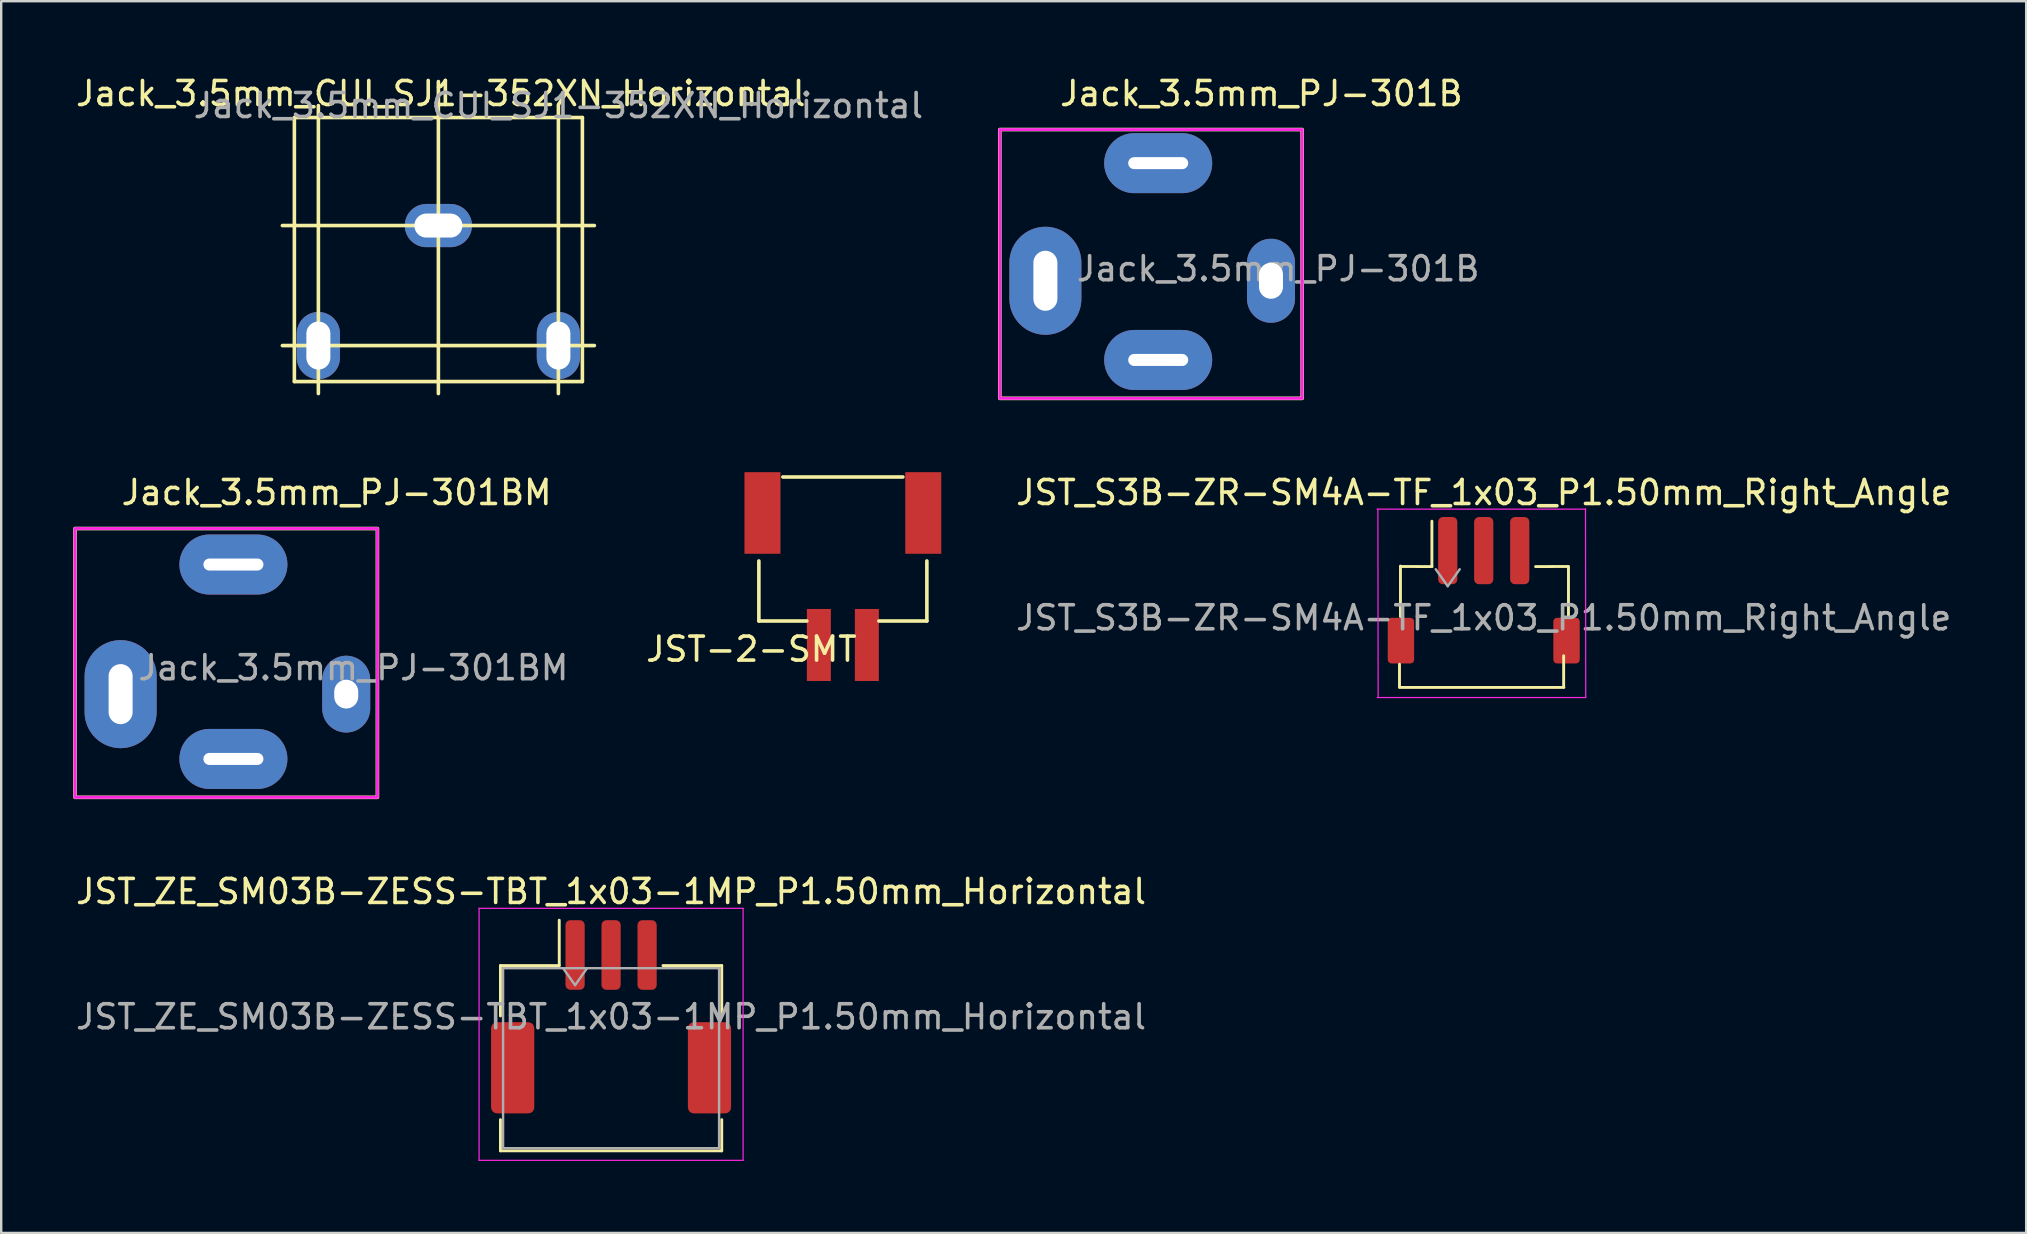
<source format=kicad_pcb>
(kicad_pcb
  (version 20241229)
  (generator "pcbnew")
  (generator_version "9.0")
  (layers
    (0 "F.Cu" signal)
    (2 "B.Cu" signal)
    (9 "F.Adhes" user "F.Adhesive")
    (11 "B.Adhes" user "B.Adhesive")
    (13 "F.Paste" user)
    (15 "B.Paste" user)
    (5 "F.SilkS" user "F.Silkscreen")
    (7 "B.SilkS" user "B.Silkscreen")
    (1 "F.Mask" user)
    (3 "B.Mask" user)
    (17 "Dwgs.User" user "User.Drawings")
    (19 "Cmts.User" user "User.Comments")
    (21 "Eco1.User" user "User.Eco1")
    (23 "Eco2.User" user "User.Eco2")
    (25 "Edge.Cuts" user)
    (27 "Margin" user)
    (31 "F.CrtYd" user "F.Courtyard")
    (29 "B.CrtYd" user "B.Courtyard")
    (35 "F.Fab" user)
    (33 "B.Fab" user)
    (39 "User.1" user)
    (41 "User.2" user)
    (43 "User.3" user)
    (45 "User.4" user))
  (footprint "JST_S3B-ZR-SM4A-TF_1x03_P1.50mm_Right_Angle"
    (layer "F.Cu")
    (at 58.77 22.692)
    (property "Reference" "JST_S3B-ZR-SM4A-TF_1x03_P1.50mm_Right_Angle" (at 0 -5.22 0) (layer "F.SilkS") (effects (font (size 1 1) (thickness 0.15))))
    (attr smd)
    (fp_line (start -3.51 1.93) (end -3.51 2.88) (stroke (width 0.12) (type solid)) (layer "F.SilkS"))
    (fp_line (start -3.51 2.9) (end 3.34 2.9) (stroke (width 0.12) (type solid)) (layer "F.SilkS"))
    (fp_line (start -3.47 -0.055) (end -3.47 -2.155) (stroke (width 0.12) (type solid)) (layer "F.SilkS"))
    (fp_line (start -3.46 -2.14) (end -2.16 -2.135) (stroke (width 0.12) (type solid)) (layer "F.SilkS"))
    (fp_line (start -2.16 -2.135) (end -2.16 -4.025) (stroke (width 0.12) (type solid)) (layer "F.SilkS"))
    (fp_line (start 3.33 2.88) (end 3.33 1.58) (stroke (width 0.12) (type solid)) (layer "F.SilkS"))
    (fp_line (start 3.53 -2.14) (end 2.16 -2.135) (stroke (width 0.12) (type solid)) (layer "F.SilkS"))
    (fp_line (start 3.53 -0.02) (end 3.53 -2.12) (stroke (width 0.12) (type solid)) (layer "F.SilkS"))
    (fp_line (start -4.44 3.32) (end 4.25 3.32) (stroke (width 0.05) (type solid)) (layer "F.CrtYd"))
    (fp_line (start -4.41 -4.53) (end -4.4 3.32) (stroke (width 0.05) (type solid)) (layer "F.CrtYd"))
    (fp_line (start 4.22 -4.53) (end -4.44 -4.53) (stroke (width 0.05) (type solid)) (layer "F.CrtYd"))
    (fp_line (start 4.25 3.32) (end 4.24 -4.55) (stroke (width 0.05) (type solid)) (layer "F.CrtYd"))
    (fp_line (start -2 -2.025) (end -1.5 -1.318) (stroke (width 0.1) (type solid)) (layer "F.Fab"))
    (fp_line (start -1.5 -1.318) (end -1 -2.025) (stroke (width 0.1) (type solid)) (layer "F.Fab"))
    (fp_text user "${REFERENCE}" (at 0 0 0) (layer "F.Fab") (effects (font (size 1 1) (thickness 0.15))))
    (pad "1" smd roundrect (at -1.5 -2.8) (size 0.8 2.8) (layers "F.Cu" "F.Mask" "F.Paste") (roundrect_rratio 0.25))
    (pad "2" smd roundrect (at 0 -2.8) (size 0.8 2.8) (layers "F.Cu" "F.Mask" "F.Paste") (roundrect_rratio 0.25))
    (pad "3" smd roundrect (at 1.5 -2.8) (size 0.8 2.8) (layers "F.Cu" "F.Mask" "F.Paste") (roundrect_rratio 0.25))
    (pad "MP" smd roundrect (at -3.45 0.95) (size 1.1 1.9) (layers "F.Cu" "F.Mask" "F.Paste") (roundrect_rratio 0.139))
    (pad "MP" smd roundrect (at 3.45 0.95) (size 1.1 1.9) (layers "F.Cu" "F.Mask" "F.Paste") (roundrect_rratio 0.139)))
  (footprint "Jack_3.5mm_CUI_SJ1-352XN_Horizontal"
    (layer "F.Cu")
    (at 15.215 1.848)
    (property "Reference" "Jack_3.5mm_CUI_SJ1-352XN_Horizontal" (at 0.1 -1 0) (layer "F.SilkS") (effects (font (size 1 1) (thickness 0.15))))
    (attr through_hole)
    (fp_line (start -6.5 4.5) (end 6.5 4.5) (stroke (width 0.15) (type solid)) (layer "F.SilkS"))
    (fp_line (start -6.5 9.5) (end 6.5 9.5) (stroke (width 0.15) (type solid)) (layer "F.SilkS"))
    (fp_line (start -6 0) (end 6 0) (stroke (width 0.15) (type solid)) (layer "F.SilkS"))
    (fp_line (start -6 11) (end -6 0) (stroke (width 0.15) (type solid)) (layer "F.SilkS"))
    (fp_line (start -5 11.5) (end -5 -0.5) (stroke (width 0.15) (type solid)) (layer "F.SilkS"))
    (fp_line (start 0 11.5) (end 0 -1.5) (stroke (width 0.15) (type solid)) (layer "F.SilkS"))
    (fp_line (start 5 11.5) (end 5 -0.5) (stroke (width 0.15) (type solid)) (layer "F.SilkS"))
    (fp_line (start 6 0) (end 6 11) (stroke (width 0.15) (type solid)) (layer "F.SilkS"))
    (fp_line (start 6 11) (end -6 11) (stroke (width 0.15) (type solid)) (layer "F.SilkS"))
    (fp_text user "${REFERENCE}" (at 5 -0.5 0) (layer "F.Fab") (effects (font (size 1 1) (thickness 0.15))))
    (pad "R" thru_hole oval (at 5 9.5 90) (size 2.8 1.8) (drill oval 2 1) (layers "*.Cu" "*.Mask"))
    (pad "S" thru_hole oval (at 0 4.5) (size 2.8 1.8) (drill oval 2 1) (layers "*.Cu" "*.Mask"))
    (pad "T" thru_hole oval (at -5 9.5 90) (size 2.8 1.8) (drill oval 2 1) (layers "*.Cu" "*.Mask")))
  (footprint "JST-2-SMT"
    (layer "F.Cu")
    (at 32.068 20.823)
    (property "Reference" "JST-2-SMT" (at -3.81 3.175 0) (layer "F.SilkS") (effects (font (size 1 1) (thickness 0.15))))
    (attr smd)
    (fp_line (start -3.5 -0.5) (end -3.5 2) (stroke (width 0.15) (type solid)) (layer "F.SilkS"))
    (fp_line (start -3.5 2) (end -1.5 2) (stroke (width 0.15) (type solid)) (layer "F.SilkS"))
    (fp_line (start -2.5 -4) (end 2.5 -4) (stroke (width 0.15) (type solid)) (layer "F.SilkS"))
    (fp_line (start 1.5 2) (end 3.5 2) (stroke (width 0.15) (type solid)) (layer "F.SilkS"))
    (fp_line (start 3.5 2) (end 3.5 -0.5) (stroke (width 0.15) (type solid)) (layer "F.SilkS"))
    (fp_text user "" (at 2.982 5.385 0) (layer "B.SilkS") (effects (font (size 1.422 1.422) (thickness 0.089))))
    (fp_text user "" (at -2.202 5.385 0) (layer "B.SilkS") (effects (font (size 1.422 1.422) (thickness 0.089))))
    (pad "1" smd rect (at -1 3) (size 1 3) (layers "F.Cu" "F.Mask"))
    (pad "2" smd rect (at 1 3) (size 1 3) (layers "F.Cu" "F.Mask"))
    (pad "NC1" smd rect (at -3.35 -2.5) (size 1.5 3.4) (layers "F.Cu" "F.Mask"))
    (pad "NC2" smd rect (at 3.35 -2.5) (size 1.5 3.4) (layers "F.Cu" "F.Mask")))
  (footprint "JST_ZE_SM03B-ZESS-TBT_1x03-1MP_P1.50mm_Horizontal"
    (layer "F.Cu")
    (at 22.411 39.315)
    (property "Reference" "JST_ZE_SM03B-ZESS-TBT_1x03-1MP_P1.50mm_Horizontal" (at 0 -5.22 0) (layer "F.SilkS") (effects (font (size 1 1) (thickness 0.15))))
    (attr smd)
    (fp_line (start -4.61 -2.135) (end -2.16 -2.135) (stroke (width 0.12) (type solid)) (layer "F.SilkS"))
    (fp_line (start -4.61 -0.035) (end -4.61 -2.135) (stroke (width 0.12) (type solid)) (layer "F.SilkS"))
    (fp_line (start -4.61 4.285) (end -4.61 5.585) (stroke (width 0.12) (type solid)) (layer "F.SilkS"))
    (fp_line (start -4.61 5.585) (end 4.61 5.585) (stroke (width 0.12) (type solid)) (layer "F.SilkS"))
    (fp_line (start -2.16 -2.135) (end -2.16 -4.025) (stroke (width 0.12) (type solid)) (layer "F.SilkS"))
    (fp_line (start 4.61 -2.135) (end 2.16 -2.135) (stroke (width 0.12) (type solid)) (layer "F.SilkS"))
    (fp_line (start 4.61 -0.035) (end 4.61 -2.135) (stroke (width 0.12) (type solid)) (layer "F.SilkS"))
    (fp_line (start 4.61 5.585) (end 4.61 4.285) (stroke (width 0.12) (type solid)) (layer "F.SilkS"))
    (fp_line (start -5.5 -4.52) (end -5.5 5.98) (stroke (width 0.05) (type solid)) (layer "F.CrtYd"))
    (fp_line (start -5.5 5.98) (end 5.5 5.98) (stroke (width 0.05) (type solid)) (layer "F.CrtYd"))
    (fp_line (start 5.5 -4.52) (end -5.5 -4.52) (stroke (width 0.05) (type solid)) (layer "F.CrtYd"))
    (fp_line (start 5.5 5.98) (end 5.5 -4.52) (stroke (width 0.05) (type solid)) (layer "F.CrtYd"))
    (fp_line (start -4.5 -2.025) (end -4.5 5.475) (stroke (width 0.1) (type solid)) (layer "F.Fab"))
    (fp_line (start -4.5 -2.025) (end 4.5 -2.025) (stroke (width 0.1) (type solid)) (layer "F.Fab"))
    (fp_line (start -4.5 5.475) (end 4.5 5.475) (stroke (width 0.1) (type solid)) (layer "F.Fab"))
    (fp_line (start -2 -2.025) (end -1.5 -1.318) (stroke (width 0.1) (type solid)) (layer "F.Fab"))
    (fp_line (start -1.5 -1.318) (end -1 -2.025) (stroke (width 0.1) (type solid)) (layer "F.Fab"))
    (fp_line (start 4.5 -2.025) (end 4.5 5.475) (stroke (width 0.1) (type solid)) (layer "F.Fab"))
    (fp_text user "${REFERENCE}" (at 0 0 0) (layer "F.Fab") (effects (font (size 1 1) (thickness 0.15))))
    (pad "1" smd roundrect (at -1.5 -2.575) (size 0.8 2.9) (layers "F.Cu" "F.Mask" "F.Paste") (roundrect_rratio 0.25))
    (pad "2" smd roundrect (at 0 -2.575) (size 0.8 2.9) (layers "F.Cu" "F.Mask" "F.Paste") (roundrect_rratio 0.25))
    (pad "3" smd roundrect (at 1.5 -2.575) (size 0.8 2.9) (layers "F.Cu" "F.Mask" "F.Paste") (roundrect_rratio 0.25))
    (pad "MP" smd roundrect (at -4.1 2.125) (size 1.8 3.8) (layers "F.Cu" "F.Mask" "F.Paste") (roundrect_rratio 0.139))
    (pad "MP" smd roundrect (at 4.1 2.125) (size 1.8 3.8) (layers "F.Cu" "F.Mask" "F.Paste") (roundrect_rratio 0.139)))
  (footprint "Jack_3.5mm_PJ-301BM"
    (layer "F.Cu")
    (at 6.675 25.271)
    (property "Reference" "Jack_3.5mm_PJ-301BM" (at 4.3 -7.8 0) (layer "F.SilkS") (effects (font (size 1 1) (thickness 0.15))))
    (attr through_hole)
    (fp_rect (start -6.6 -6.3) (end 6 4.9) (stroke (width 0.15) (type solid)) (fill no) (layer "F.SilkS"))
    (fp_rect (start -6.6 -6.3) (end 6 4.9) (stroke (width 0.12) (type solid)) (fill no) (layer "F.CrtYd"))
    (fp_text user "${REFERENCE}" (at 5 -0.5 0) (layer "F.Fab") (effects (font (size 1 1) (thickness 0.15))))
    (pad "S" thru_hole oval (at -4.7 0.6 90) (size 4.5 3) (drill oval 2.5 1) (layers "*.Cu" "*.Mask"))
    (pad "S" thru_hole oval (at 4.7 0.6 90) (size 3.2 2) (drill oval 1.2 1) (layers "*.Cu" "*.Mask"))
    (pad "T" thru_hole oval (at 0 -4.8 180) (size 4.5 2.5) (drill oval 2.5 0.5) (layers "*.Cu" "*.Mask"))
    (pad "TN" thru_hole oval (at 0 3.3 180) (size 4.5 2.5) (drill oval 2.5 0.5) (layers "*.Cu" "*.Mask")))
  (footprint "Jack_3.5mm_PJ-301B"
    (layer "F.Cu")
    (at 45.206 8.648)
    (property "Reference" "Jack_3.5mm_PJ-301B" (at 4.3 -7.8 0) (layer "F.SilkS") (effects (font (size 1 1) (thickness 0.15))))
    (attr through_hole)
    (fp_rect (start -6.6 -6.3) (end 6 4.9) (stroke (width 0.15) (type solid)) (fill no) (layer "F.SilkS"))
    (fp_rect (start -6.6 -6.3) (end 6 4.9) (stroke (width 0.12) (type solid)) (fill no) (layer "F.CrtYd"))
    (fp_text user "${REFERENCE}" (at 5 -0.5 0) (layer "F.Fab") (effects (font (size 1 1) (thickness 0.15))))
    (pad "S" thru_hole oval (at -4.7 0 90) (size 4.5 3) (drill oval 2.5 1) (layers "*.Cu" "*.Mask"))
    (pad "S" thru_hole oval (at 4.7 0 90) (size 3.5 2) (drill oval 1.5 1) (layers "*.Cu" "*.Mask"))
    (pad "T" thru_hole oval (at 0 -4.9 180) (size 4.5 2.5) (drill oval 2.5 0.5) (layers "*.Cu" "*.Mask"))
    (pad "TN" thru_hole oval (at 0 3.3 180) (size 4.5 2.5) (drill oval 2.5 0.5) (layers "*.Cu" "*.Mask")))
  (gr_rect
    (start -3 -3)
    (end 81.371 48.32)
    (stroke (width 0.1) (type default))
    (fill no)
    (layer "Edge.Cuts")))
</source>
